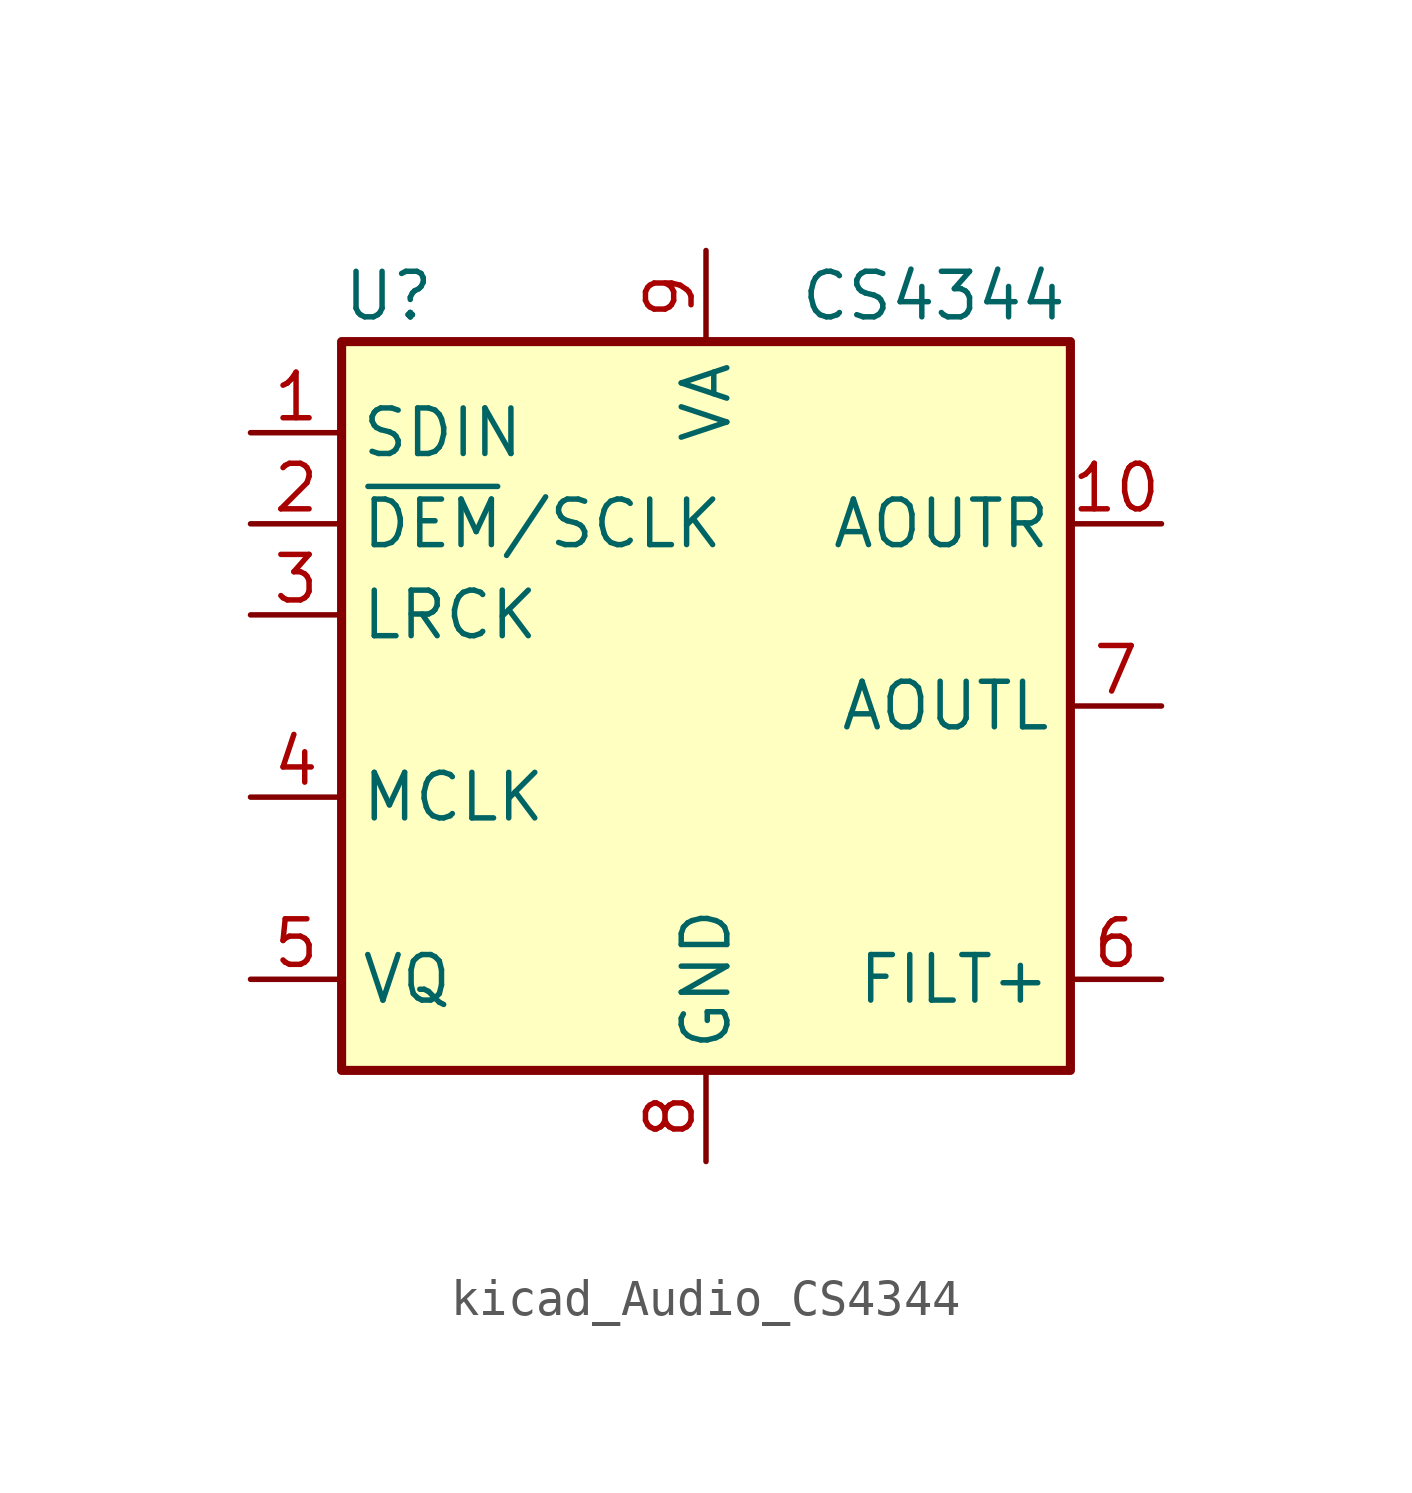
<source format=kicad_sym>
(kicad_symbol_lib
  (version 20220914)
  (generator kicad_symbol_editor)
  (symbol "kicad_Audio_CS4344"
    (property "Reference" "U"
      (at -10.16 11.43 0)
      (effects (font (size 1.27 1.27)) (justify left)))
    (property "Value" "CS4344"
      (at 6.35 11.43 0)
      (effects (font (size 1.27 1.27))))
    (symbol "kicad_Audio_CS4344_0_1"
      (rectangle (start -10.16 10.16) (end 10.16 -10.16) (stroke (width 0.254) (type default)) (fill (type background))))
    (symbol "kicad_Audio_CS4344_1_1"
      (pin input line (at -12.7 7.62 0) (length 2.54) (name "SDIN" (effects (font (size 1.27 1.27)))) (number "1" (effects (font (size 1.27 1.27)))))
      (pin output line (at 12.7 5.08 180) (length 2.54) (name "AOUTR" (effects (font (size 1.27 1.27)))) (number "10" (effects (font (size 1.27 1.27)))))
      (pin input line (at -12.7 5.08 0) (length 2.54) (name "~{DEM}/SCLK" (effects (font (size 1.27 1.27)))) (number "2" (effects (font (size 1.27 1.27)))))
      (pin input line (at -12.7 2.54 0) (length 2.54) (name "LRCK" (effects (font (size 1.27 1.27)))) (number "3" (effects (font (size 1.27 1.27)))))
      (pin input line (at -12.7 -2.54 0) (length 2.54) (name "MCLK" (effects (font (size 1.27 1.27)))) (number "4" (effects (font (size 1.27 1.27)))))
      (pin output line (at -12.7 -7.62 0) (length 2.54) (name "VQ" (effects (font (size 1.27 1.27)))) (number "5" (effects (font (size 1.27 1.27)))))
      (pin output line (at 12.7 -7.62 180) (length 2.54) (name "FILT+" (effects (font (size 1.27 1.27)))) (number "6" (effects (font (size 1.27 1.27)))))
      (pin output line (at 12.7 0 180) (length 2.54) (name "AOUTL" (effects (font (size 1.27 1.27)))) (number "7" (effects (font (size 1.27 1.27)))))
      (pin power_in line (at 0 -12.7 90) (length 2.54) (name "GND" (effects (font (size 1.27 1.27)))) (number "8" (effects (font (size 1.27 1.27)))))
      (pin power_in line (at 0 12.7 270) (length 2.54) (name "VA" (effects (font (size 1.27 1.27)))) (number "9" (effects (font (size 1.27 1.27))))))))
</source>
